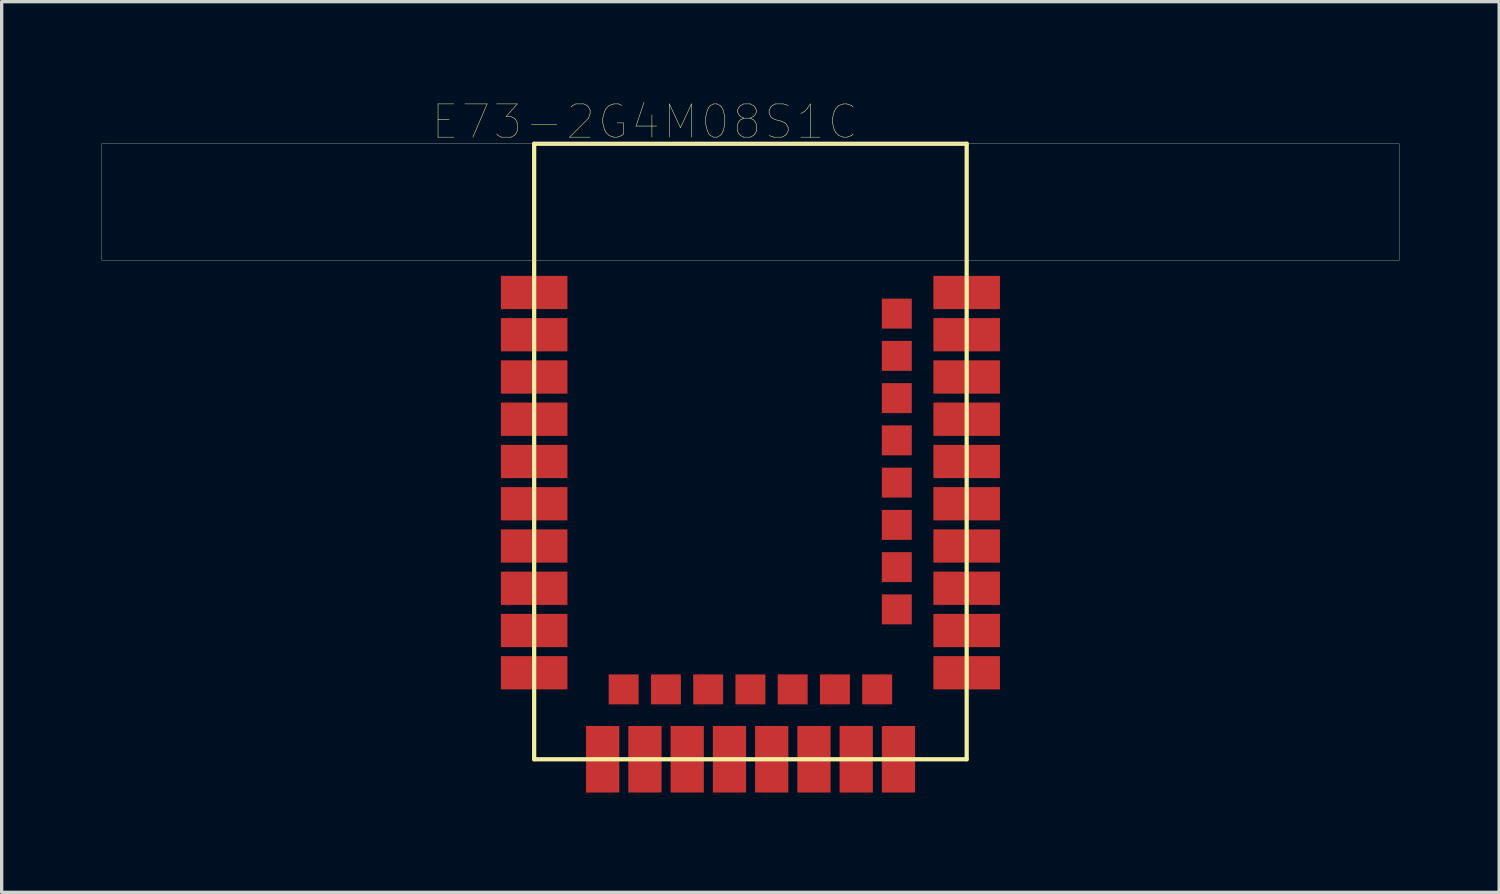
<source format=kicad_pcb>
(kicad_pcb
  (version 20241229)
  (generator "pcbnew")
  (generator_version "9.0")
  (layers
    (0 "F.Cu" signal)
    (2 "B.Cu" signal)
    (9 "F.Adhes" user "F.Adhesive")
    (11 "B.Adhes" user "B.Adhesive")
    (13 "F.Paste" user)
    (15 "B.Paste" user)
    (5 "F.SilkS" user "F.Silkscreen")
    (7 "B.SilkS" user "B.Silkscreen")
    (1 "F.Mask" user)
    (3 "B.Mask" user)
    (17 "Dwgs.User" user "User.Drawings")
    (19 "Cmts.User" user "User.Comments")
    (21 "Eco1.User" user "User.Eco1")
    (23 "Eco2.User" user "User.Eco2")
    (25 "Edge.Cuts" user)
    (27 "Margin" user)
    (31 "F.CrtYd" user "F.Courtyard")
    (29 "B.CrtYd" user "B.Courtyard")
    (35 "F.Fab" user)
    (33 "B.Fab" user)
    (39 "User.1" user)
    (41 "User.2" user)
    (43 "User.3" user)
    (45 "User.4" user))
  (footprint "E73-2G4M08S1C"
    (layer "F.Cu")
    (at 19.505 10.771)
    (property "Reference" "E73-2G4M08S1C" (at -3.175 -10.16 0) (layer "F.SilkS") (effects (font (size 1 1) (thickness 0.015))))
    (attr through_hole)
    (fp_line (start -6.5 -9.5) (end -6.5 9) (stroke (width 0.127) (type solid)) (layer "F.SilkS"))
    (fp_line (start -6.5 9) (end 6.5 9) (stroke (width 0.127) (type solid)) (layer "F.SilkS"))
    (fp_line (start 6.5 -9.5) (end -6.5 -9.5) (stroke (width 0.127) (type solid)) (layer "F.SilkS"))
    (fp_line (start 6.5 9) (end 6.5 -9.5) (stroke (width 0.127) (type solid)) (layer "F.SilkS"))
    (fp_poly (pts (xy -19.5 -9.5) (xy 19.5 -9.5) (xy 19.5 -6) (xy -19.5 -6)) (stroke (width 0.01) (type solid)) (fill no) (layer "Dwgs.User"))
    (pad "1" smd rect (at -6.5 -5.03) (size 2 1) (layers "F.Cu" "F.Mask" "F.Paste"))
    (pad "2" smd rect (at -6.5 -3.76) (size 2 1) (layers "F.Cu" "F.Mask" "F.Paste"))
    (pad "3" smd rect (at -6.5 -2.49) (size 2 1) (layers "F.Cu" "F.Mask" "F.Paste"))
    (pad "4" smd rect (at -6.5 -1.22) (size 2 1) (layers "F.Cu" "F.Mask" "F.Paste"))
    (pad "5" smd rect (at -6.5 0.05) (size 2 1) (layers "F.Cu" "F.Mask" "F.Paste"))
    (pad "6" smd rect (at -6.5 1.32) (size 2 1) (layers "F.Cu" "F.Mask" "F.Paste"))
    (pad "7" smd rect (at -6.5 2.59) (size 2 1) (layers "F.Cu" "F.Mask" "F.Paste"))
    (pad "8" smd rect (at -6.5 3.86) (size 2 1) (layers "F.Cu" "F.Mask" "F.Paste"))
    (pad "9" smd rect (at -6.5 5.13) (size 2 1) (layers "F.Cu" "F.Mask" "F.Paste"))
    (pad "10" smd rect (at -6.5 6.4) (size 2 1) (layers "F.Cu" "F.Mask" "F.Paste"))
    (pad "11" smd rect (at -4.44 9) (size 1 2) (layers "F.Cu" "F.Mask" "F.Paste"))
    (pad "12" smd rect (at -3.81 6.9) (size 0.9 0.9) (layers "F.Cu" "F.Mask" "F.Paste"))
    (pad "13" smd rect (at -3.17 9) (size 1 2) (layers "F.Cu" "F.Mask" "F.Paste"))
    (pad "14" smd rect (at -2.54 6.9) (size 0.9 0.9) (layers "F.Cu" "F.Mask" "F.Paste"))
    (pad "15" smd rect (at -1.9 9) (size 1 2) (layers "F.Cu" "F.Mask" "F.Paste"))
    (pad "16" smd rect (at -1.27 6.9) (size 0.9 0.9) (layers "F.Cu" "F.Mask" "F.Paste"))
    (pad "17" smd rect (at -0.63 9) (size 1 2) (layers "F.Cu" "F.Mask" "F.Paste"))
    (pad "18" smd rect (at 0 6.9) (size 0.9 0.9) (layers "F.Cu" "F.Mask" "F.Paste"))
    (pad "19" smd rect (at 0.64 9) (size 1 2) (layers "F.Cu" "F.Mask" "F.Paste"))
    (pad "20" smd rect (at 1.27 6.9) (size 0.9 0.9) (layers "F.Cu" "F.Mask" "F.Paste"))
    (pad "21" smd rect (at 1.91 9) (size 1 2) (layers "F.Cu" "F.Mask" "F.Paste"))
    (pad "22" smd rect (at 2.54 6.9) (size 0.9 0.9) (layers "F.Cu" "F.Mask" "F.Paste"))
    (pad "23" smd rect (at 3.18 9) (size 1 2) (layers "F.Cu" "F.Mask" "F.Paste"))
    (pad "24" smd rect (at 3.81 6.9) (size 0.9 0.9) (layers "F.Cu" "F.Mask" "F.Paste"))
    (pad "25" smd rect (at 4.45 9) (size 1 2) (layers "F.Cu" "F.Mask" "F.Paste"))
    (pad "26" smd rect (at 6.5 6.4) (size 2 1) (layers "F.Cu" "F.Mask" "F.Paste"))
    (pad "27" smd rect (at 6.5 5.13) (size 2 1) (layers "F.Cu" "F.Mask" "F.Paste"))
    (pad "28" smd rect (at 4.4 4.495) (size 0.9 0.9) (layers "F.Cu" "F.Mask" "F.Paste"))
    (pad "29" smd rect (at 6.5 3.86) (size 2 1) (layers "F.Cu" "F.Mask" "F.Paste"))
    (pad "30" smd rect (at 4.4 3.225) (size 0.9 0.9) (layers "F.Cu" "F.Mask" "F.Paste"))
    (pad "31" smd rect (at 6.5 2.59) (size 2 1) (layers "F.Cu" "F.Mask" "F.Paste"))
    (pad "32" smd rect (at 4.4 1.955) (size 0.9 0.9) (layers "F.Cu" "F.Mask" "F.Paste"))
    (pad "33" smd rect (at 6.5 1.32) (size 2 1) (layers "F.Cu" "F.Mask" "F.Paste"))
    (pad "34" smd rect (at 4.4 0.685) (size 0.9 0.9) (layers "F.Cu" "F.Mask" "F.Paste"))
    (pad "35" smd rect (at 6.5 0.05) (size 2 1) (layers "F.Cu" "F.Mask" "F.Paste"))
    (pad "36" smd rect (at 4.4 -0.585) (size 0.9 0.9) (layers "F.Cu" "F.Mask" "F.Paste"))
    (pad "37" smd rect (at 6.5 -1.22) (size 2 1) (layers "F.Cu" "F.Mask" "F.Paste"))
    (pad "38" smd rect (at 4.4 -1.855) (size 0.9 0.9) (layers "F.Cu" "F.Mask" "F.Paste"))
    (pad "39" smd rect (at 6.5 -2.49) (size 2 1) (layers "F.Cu" "F.Mask" "F.Paste"))
    (pad "40" smd rect (at 4.4 -3.125) (size 0.9 0.9) (layers "F.Cu" "F.Mask" "F.Paste"))
    (pad "41" smd rect (at 6.5 -3.76) (size 2 1) (layers "F.Cu" "F.Mask" "F.Paste"))
    (pad "42" smd rect (at 4.4 -4.395) (size 0.9 0.9) (layers "F.Cu" "F.Mask" "F.Paste"))
    (pad "43" smd rect (at 6.5 -5.03) (size 2 1) (layers "F.Cu" "F.Mask" "F.Paste")))
  (gr_rect
    (start -3 -3)
    (end 42.01 23.771)
    (stroke (width 0.1) (type default))
    (fill no)
    (layer "Edge.Cuts")))
</source>
